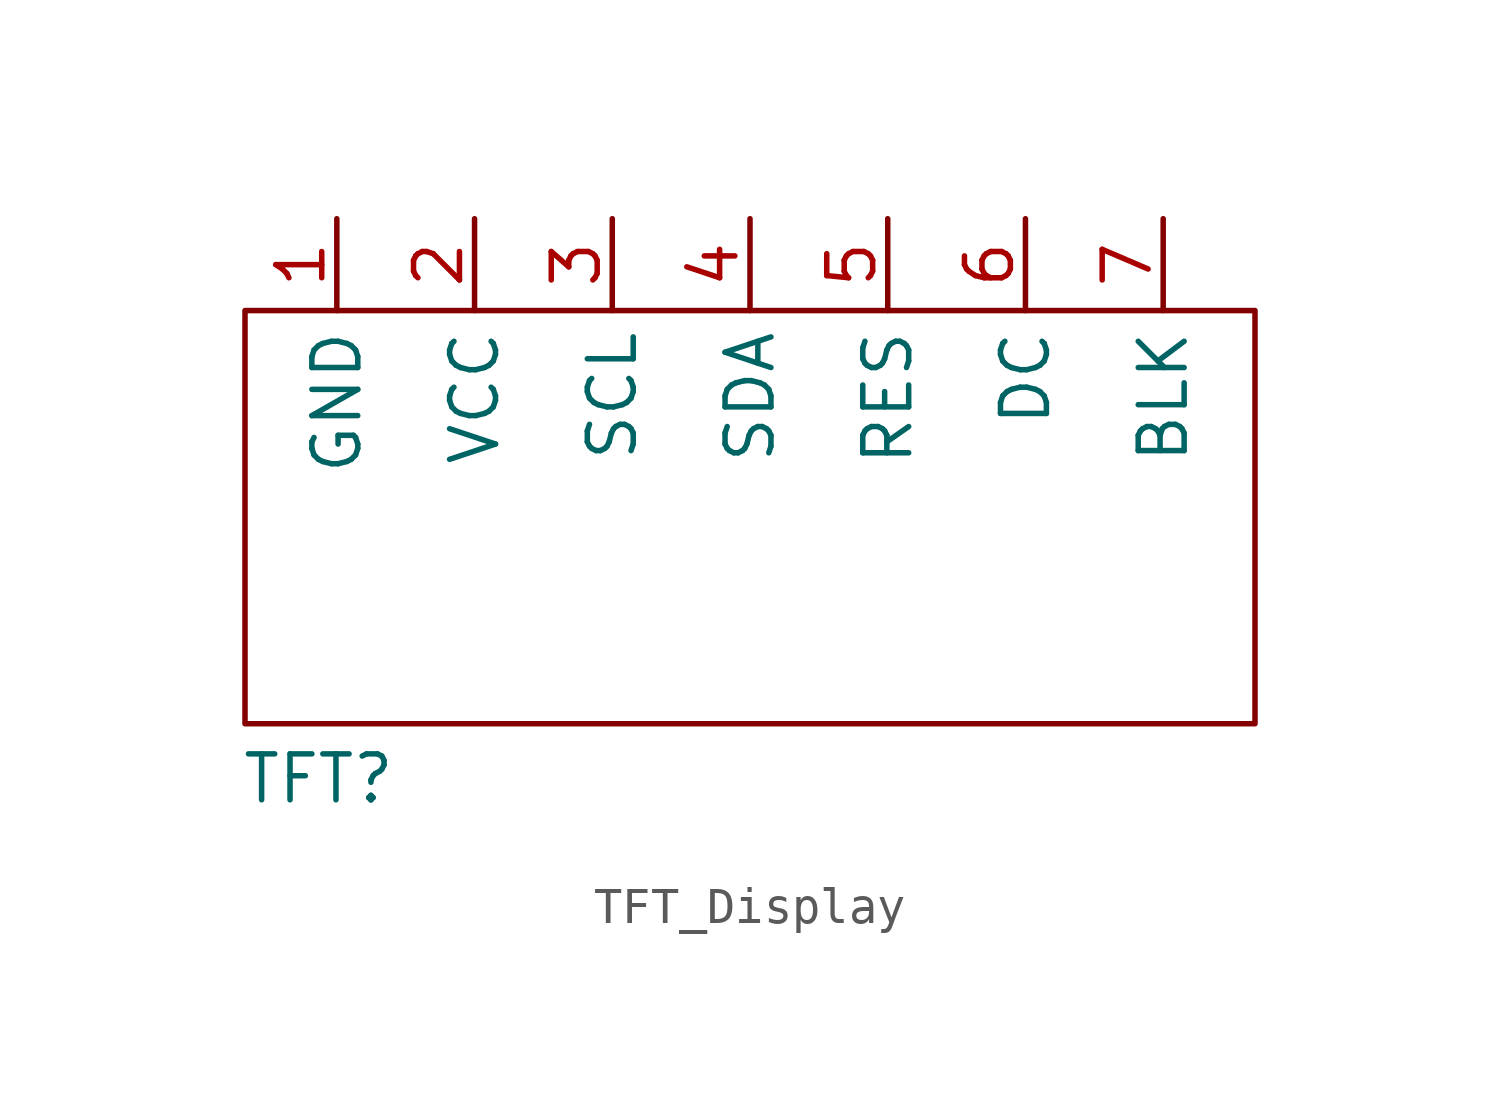
<source format=kicad_sym>
(kicad_symbol_lib
  (version 20231120)
  (generator "kicad_symbol_editor")
  (generator_version "8.0")
  (symbol "TFT_Display"
    (property "Reference" "TFT"
      (at -11.938 -5.334 0)
      (effects (font (size 1.27 1.27))))
    (property "Value" ""
      (at 9.525 0.635 0)
      (effects (font (size 1.27 1.27))))
    (symbol "TFT_Display_0_1"
      (rectangle (start 13.97 7.62) (end -13.97 -3.81) (stroke (width 0) (type default)) (fill (type none))))
    (symbol "TFT_Display_1_1"
      (pin input line (at -11.43 10.16 270) (length 2.54) (name "GND" (effects (font (size 1.27 1.27)))) (number "1" (effects (font (size 1.27 1.27)))))
      (pin input line (at -7.62 10.16 270) (length 2.54) (name "VCC" (effects (font (size 1.27 1.27)))) (number "2" (effects (font (size 1.27 1.27)))))
      (pin input line (at -3.81 10.16 270) (length 2.54) (name "SCL" (effects (font (size 1.27 1.27)))) (number "3" (effects (font (size 1.27 1.27)))))
      (pin input line (at 0 10.16 270) (length 2.54) (name "SDA" (effects (font (size 1.27 1.27)))) (number "4" (effects (font (size 1.27 1.27)))))
      (pin input line (at 3.81 10.16 270) (length 2.54) (name "RES" (effects (font (size 1.27 1.27)))) (number "5" (effects (font (size 1.27 1.27)))))
      (pin input line (at 7.62 10.16 270) (length 2.54) (name "DC" (effects (font (size 1.27 1.27)))) (number "6" (effects (font (size 1.27 1.27)))))
      (pin input line (at 11.43 10.16 270) (length 2.54) (name "BLK" (effects (font (size 1.27 1.27)))) (number "7" (effects (font (size 1.27 1.27))))))))
</source>
